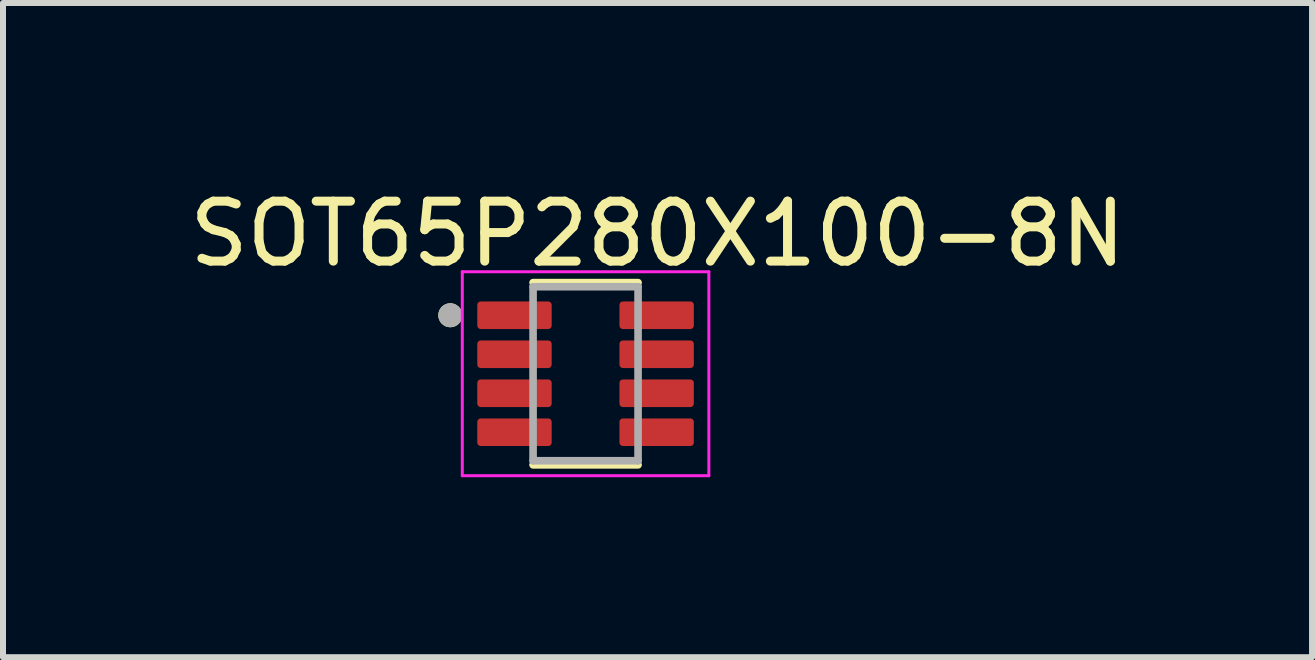
<source format=kicad_pcb>
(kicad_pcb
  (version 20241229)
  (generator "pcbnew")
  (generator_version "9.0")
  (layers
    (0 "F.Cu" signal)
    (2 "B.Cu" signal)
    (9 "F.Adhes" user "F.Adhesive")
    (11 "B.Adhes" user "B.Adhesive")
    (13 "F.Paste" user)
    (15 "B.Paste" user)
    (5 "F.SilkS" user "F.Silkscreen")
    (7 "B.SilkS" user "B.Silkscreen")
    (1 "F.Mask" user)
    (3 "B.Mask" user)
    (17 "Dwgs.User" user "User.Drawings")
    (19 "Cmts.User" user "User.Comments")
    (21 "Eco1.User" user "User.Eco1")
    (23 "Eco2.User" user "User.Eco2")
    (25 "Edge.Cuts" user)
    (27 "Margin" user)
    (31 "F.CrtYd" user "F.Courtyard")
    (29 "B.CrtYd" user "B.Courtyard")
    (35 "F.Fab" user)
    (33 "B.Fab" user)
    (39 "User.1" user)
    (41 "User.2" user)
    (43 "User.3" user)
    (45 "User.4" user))
  (footprint "SOT65P280X100-8N"
    (layer "F.Cu")
    (at 6.711 3.18)
    (property "Reference" "SOT65P280X100-8N" (at 1.2 -2.332 0) (layer "F.SilkS") (effects (font (size 1 1) (thickness 0.15))))
    (attr smd)
    (fp_line (start -0.875 -1.519) (end 0.875 -1.519) (stroke (width 0.127) (type solid)) (layer "F.SilkS"))
    (fp_line (start -0.875 1.519) (end 0.875 1.519) (stroke (width 0.127) (type solid)) (layer "F.SilkS"))
    (fp_circle (center -2.255 -0.975) (end -2.155 -0.975) (stroke (width 0.2) (type solid)) (fill no) (layer "F.SilkS"))
    (fp_line (start -2.055 -1.7) (end -2.055 1.7) (stroke (width 0.05) (type solid)) (layer "F.CrtYd"))
    (fp_line (start -2.055 -1.7) (end 2.055 -1.7) (stroke (width 0.05) (type solid)) (layer "F.CrtYd"))
    (fp_line (start -2.055 1.7) (end 2.055 1.7) (stroke (width 0.05) (type solid)) (layer "F.CrtYd"))
    (fp_line (start 2.055 -1.7) (end 2.055 1.7) (stroke (width 0.05) (type solid)) (layer "F.CrtYd"))
    (fp_line (start -0.875 -1.45) (end -0.875 1.45) (stroke (width 0.127) (type solid)) (layer "F.Fab"))
    (fp_line (start -0.875 -1.45) (end 0.875 -1.45) (stroke (width 0.127) (type solid)) (layer "F.Fab"))
    (fp_line (start -0.875 1.45) (end 0.875 1.45) (stroke (width 0.127) (type solid)) (layer "F.Fab"))
    (fp_line (start 0.875 -1.45) (end 0.875 1.45) (stroke (width 0.127) (type solid)) (layer "F.Fab"))
    (fp_circle (center -2.255 -0.975) (end -2.155 -0.975) (stroke (width 0.2) (type solid)) (fill no) (layer "F.Fab"))
    (pad "1" smd roundrect (at -1.185 -0.975) (size 1.24 0.46) (layers "F.Cu" "F.Mask" "F.Paste") (roundrect_rratio 0.125))
    (pad "2" smd roundrect (at -1.185 -0.325) (size 1.24 0.46) (layers "F.Cu" "F.Mask" "F.Paste") (roundrect_rratio 0.125))
    (pad "3" smd roundrect (at -1.185 0.325) (size 1.24 0.46) (layers "F.Cu" "F.Mask" "F.Paste") (roundrect_rratio 0.125))
    (pad "4" smd roundrect (at -1.185 0.975) (size 1.24 0.46) (layers "F.Cu" "F.Mask" "F.Paste") (roundrect_rratio 0.125))
    (pad "5" smd roundrect (at 1.185 0.975) (size 1.24 0.46) (layers "F.Cu" "F.Mask" "F.Paste") (roundrect_rratio 0.125))
    (pad "6" smd roundrect (at 1.185 0.325) (size 1.24 0.46) (layers "F.Cu" "F.Mask" "F.Paste") (roundrect_rratio 0.125))
    (pad "7" smd roundrect (at 1.185 -0.325) (size 1.24 0.46) (layers "F.Cu" "F.Mask" "F.Paste") (roundrect_rratio 0.125))
    (pad "8" smd roundrect (at 1.185 -0.975) (size 1.24 0.46) (layers "F.Cu" "F.Mask" "F.Paste") (roundrect_rratio 0.125)))
  (gr_rect
    (start -3 -3)
    (end 18.821 7.905)
    (stroke (width 0.1) (type default))
    (fill no)
    (layer "Edge.Cuts")))
</source>
